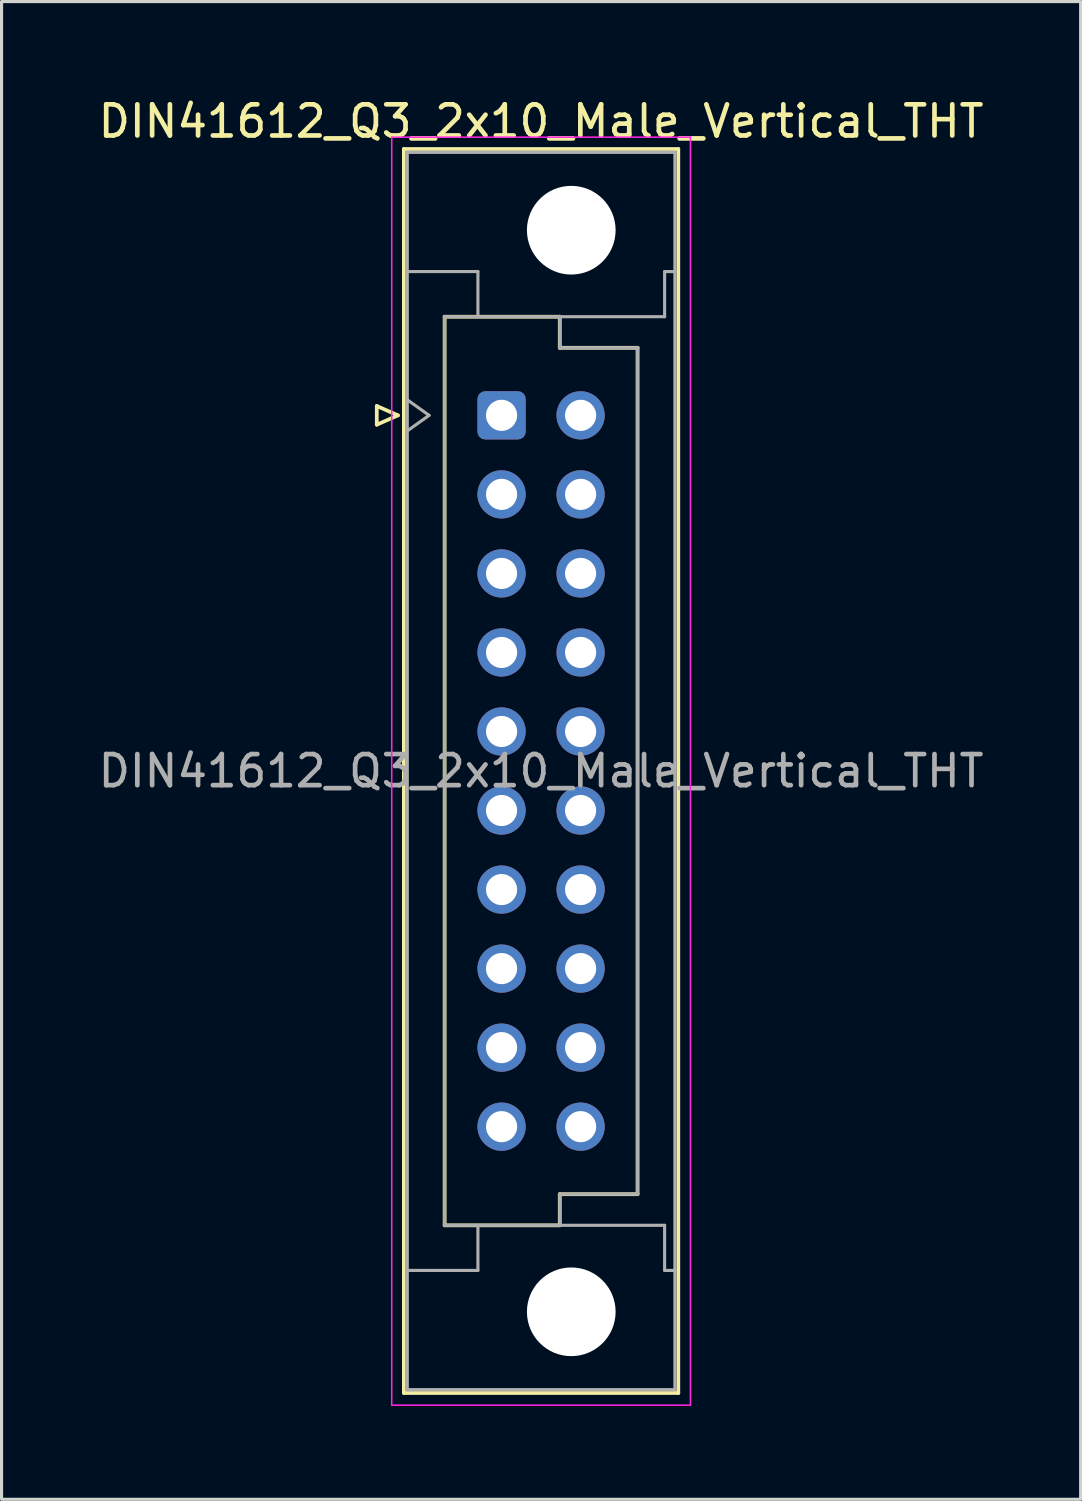
<source format=kicad_pcb>
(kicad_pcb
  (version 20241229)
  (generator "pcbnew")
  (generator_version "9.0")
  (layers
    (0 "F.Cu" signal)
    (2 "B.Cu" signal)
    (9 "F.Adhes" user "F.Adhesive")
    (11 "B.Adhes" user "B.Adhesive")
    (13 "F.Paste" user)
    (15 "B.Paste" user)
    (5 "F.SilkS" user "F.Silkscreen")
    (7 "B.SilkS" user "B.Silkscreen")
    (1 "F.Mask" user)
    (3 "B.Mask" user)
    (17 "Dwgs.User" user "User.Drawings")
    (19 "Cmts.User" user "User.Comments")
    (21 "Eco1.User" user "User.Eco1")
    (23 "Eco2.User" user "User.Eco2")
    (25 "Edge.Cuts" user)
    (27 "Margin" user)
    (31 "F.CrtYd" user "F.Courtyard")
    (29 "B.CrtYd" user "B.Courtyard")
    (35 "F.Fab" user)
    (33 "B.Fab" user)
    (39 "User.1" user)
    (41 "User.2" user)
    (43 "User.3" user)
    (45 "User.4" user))
  (footprint "DIN41612_Q3_2x10_Male_Vertical_THT"
    (layer "F.Cu")
    (at 13.069 10.298)
    (property "Reference" "DIN41612_Q3_2x10_Male_Vertical_THT" (at 1.27 -9.45 0) (layer "F.SilkS") (effects (font (size 1 1) (thickness 0.15))))
    (attr through_hole)
    (fp_line (start -4.01 -0.3) (end -4.01 0.3) (stroke (width 0.12) (type solid)) (layer "F.SilkS"))
    (fp_line (start -4.01 0.3) (end -3.33 0) (stroke (width 0.12) (type solid)) (layer "F.SilkS"))
    (fp_line (start -3.33 0) (end -4.01 -0.3) (stroke (width 0.12) (type solid)) (layer "F.SilkS"))
    (fp_line (start -3.14 -8.56) (end 5.68 -8.56) (stroke (width 0.12) (type solid)) (layer "F.SilkS"))
    (fp_line (start -3.14 31.42) (end -3.14 -8.56) (stroke (width 0.12) (type solid)) (layer "F.SilkS"))
    (fp_line (start -1.83 -3.17) (end 1.87 -3.17) (stroke (width 0.12) (type solid)) (layer "F.SilkS"))
    (fp_line (start -1.83 26.03) (end -1.83 -3.17) (stroke (width 0.12) (type solid)) (layer "F.SilkS"))
    (fp_line (start 1.87 -3.17) (end 1.87 -2.17) (stroke (width 0.12) (type solid)) (layer "F.SilkS"))
    (fp_line (start 1.87 -2.17) (end 4.37 -2.17) (stroke (width 0.12) (type solid)) (layer "F.SilkS"))
    (fp_line (start 1.87 25.03) (end 1.87 26.03) (stroke (width 0.12) (type solid)) (layer "F.SilkS"))
    (fp_line (start 1.87 26.03) (end -1.83 26.03) (stroke (width 0.12) (type solid)) (layer "F.SilkS"))
    (fp_line (start 4.37 -2.17) (end 4.37 25.03) (stroke (width 0.12) (type solid)) (layer "F.SilkS"))
    (fp_line (start 4.37 25.03) (end 1.87 25.03) (stroke (width 0.12) (type solid)) (layer "F.SilkS"))
    (fp_line (start 5.68 -8.56) (end 5.68 31.42) (stroke (width 0.12) (type solid)) (layer "F.SilkS"))
    (fp_line (start 5.68 31.42) (end -3.14 31.42) (stroke (width 0.12) (type solid)) (layer "F.SilkS"))
    (fp_line (start -3.53 -8.94) (end 6.07 -8.94) (stroke (width 0.05) (type solid)) (layer "F.CrtYd"))
    (fp_line (start -3.53 31.81) (end -3.53 -8.94) (stroke (width 0.05) (type solid)) (layer "F.CrtYd"))
    (fp_line (start 6.07 -8.94) (end 6.07 31.81) (stroke (width 0.05) (type solid)) (layer "F.CrtYd"))
    (fp_line (start 6.07 31.81) (end -3.53 31.81) (stroke (width 0.05) (type solid)) (layer "F.CrtYd"))
    (fp_line (start -3.03 -8.45) (end 5.57 -8.45) (stroke (width 0.1) (type solid)) (layer "F.Fab"))
    (fp_line (start -3.03 -4.62) (end -0.76 -4.62) (stroke (width 0.1) (type solid)) (layer "F.Fab"))
    (fp_line (start -3.03 -0.5) (end -2.33 0) (stroke (width 0.1) (type solid)) (layer "F.Fab"))
    (fp_line (start -3.03 27.48) (end -0.76 27.48) (stroke (width 0.1) (type solid)) (layer "F.Fab"))
    (fp_line (start -3.03 31.31) (end -3.03 -8.45) (stroke (width 0.1) (type solid)) (layer "F.Fab"))
    (fp_line (start -2.33 0) (end -3.03 0.5) (stroke (width 0.1) (type solid)) (layer "F.Fab"))
    (fp_line (start -1.83 -3.17) (end 1.87 -3.17) (stroke (width 0.1) (type solid)) (layer "F.Fab"))
    (fp_line (start -1.83 26.03) (end -1.83 -3.17) (stroke (width 0.1) (type solid)) (layer "F.Fab"))
    (fp_line (start -0.76 -4.62) (end -0.76 -3.17) (stroke (width 0.1) (type solid)) (layer "F.Fab"))
    (fp_line (start -0.76 27.48) (end -0.76 26.03) (stroke (width 0.1) (type solid)) (layer "F.Fab"))
    (fp_line (start 1.87 -3.17) (end 1.87 -2.17) (stroke (width 0.1) (type solid)) (layer "F.Fab"))
    (fp_line (start 1.87 -3.17) (end 5.24 -3.17) (stroke (width 0.1) (type solid)) (layer "F.Fab"))
    (fp_line (start 1.87 -2.17) (end 4.37 -2.17) (stroke (width 0.1) (type solid)) (layer "F.Fab"))
    (fp_line (start 1.87 25.03) (end 1.87 26.03) (stroke (width 0.1) (type solid)) (layer "F.Fab"))
    (fp_line (start 1.87 26.03) (end -1.83 26.03) (stroke (width 0.1) (type solid)) (layer "F.Fab"))
    (fp_line (start 1.87 26.03) (end 5.24 26.03) (stroke (width 0.1) (type solid)) (layer "F.Fab"))
    (fp_line (start 4.37 -2.17) (end 4.37 25.03) (stroke (width 0.1) (type solid)) (layer "F.Fab"))
    (fp_line (start 4.37 25.03) (end 1.87 25.03) (stroke (width 0.1) (type solid)) (layer "F.Fab"))
    (fp_line (start 5.24 -4.62) (end 5.57 -4.62) (stroke (width 0.1) (type solid)) (layer "F.Fab"))
    (fp_line (start 5.24 -3.17) (end 5.24 -4.62) (stroke (width 0.1) (type solid)) (layer "F.Fab"))
    (fp_line (start 5.24 26.03) (end 5.24 27.48) (stroke (width 0.1) (type solid)) (layer "F.Fab"))
    (fp_line (start 5.24 27.48) (end 5.57 27.48) (stroke (width 0.1) (type solid)) (layer "F.Fab"))
    (fp_line (start 5.57 -8.45) (end 5.57 31.31) (stroke (width 0.1) (type solid)) (layer "F.Fab"))
    (fp_line (start 5.57 31.31) (end -3.03 31.31) (stroke (width 0.1) (type solid)) (layer "F.Fab"))
    (fp_text user "${REFERENCE}" (at 1.27 11.43 0) (layer "F.Fab") (effects (font (size 1 1) (thickness 0.15))))
    (pad "" np_thru_hole circle (at 2.24 -5.95) (size 2.85 2.85) (drill 2.85) (layers "*.Cu" "*.Mask"))
    (pad "" np_thru_hole circle (at 2.24 28.81) (size 2.85 2.85) (drill 2.85) (layers "*.Cu" "*.Mask"))
    (pad "a1" thru_hole roundrect (at 0 0) (size 1.55 1.55) (drill 1) (layers "*.Cu" "*.Mask") (roundrect_rratio 0.161))
    (pad "a2" thru_hole circle (at 0 2.54) (size 1.55 1.55) (drill 1) (layers "*.Cu" "*.Mask"))
    (pad "a3" thru_hole circle (at 0 5.08) (size 1.55 1.55) (drill 1) (layers "*.Cu" "*.Mask"))
    (pad "a4" thru_hole circle (at 0 7.62) (size 1.55 1.55) (drill 1) (layers "*.Cu" "*.Mask"))
    (pad "a5" thru_hole circle (at 0 10.16) (size 1.55 1.55) (drill 1) (layers "*.Cu" "*.Mask"))
    (pad "a6" thru_hole circle (at 0 12.7) (size 1.55 1.55) (drill 1) (layers "*.Cu" "*.Mask"))
    (pad "a7" thru_hole circle (at 0 15.24) (size 1.55 1.55) (drill 1) (layers "*.Cu" "*.Mask"))
    (pad "a8" thru_hole circle (at 0 17.78) (size 1.55 1.55) (drill 1) (layers "*.Cu" "*.Mask"))
    (pad "a9" thru_hole circle (at 0 20.32) (size 1.55 1.55) (drill 1) (layers "*.Cu" "*.Mask"))
    (pad "a10" thru_hole circle (at 0 22.86) (size 1.55 1.55) (drill 1) (layers "*.Cu" "*.Mask"))
    (pad "b1" thru_hole circle (at 2.54 0) (size 1.55 1.55) (drill 1) (layers "*.Cu" "*.Mask"))
    (pad "b2" thru_hole circle (at 2.54 2.54) (size 1.55 1.55) (drill 1) (layers "*.Cu" "*.Mask"))
    (pad "b3" thru_hole circle (at 2.54 5.08) (size 1.55 1.55) (drill 1) (layers "*.Cu" "*.Mask"))
    (pad "b4" thru_hole circle (at 2.54 7.62) (size 1.55 1.55) (drill 1) (layers "*.Cu" "*.Mask"))
    (pad "b5" thru_hole circle (at 2.54 10.16) (size 1.55 1.55) (drill 1) (layers "*.Cu" "*.Mask"))
    (pad "b6" thru_hole circle (at 2.54 12.7) (size 1.55 1.55) (drill 1) (layers "*.Cu" "*.Mask"))
    (pad "b7" thru_hole circle (at 2.54 15.24) (size 1.55 1.55) (drill 1) (layers "*.Cu" "*.Mask"))
    (pad "b8" thru_hole circle (at 2.54 17.78) (size 1.55 1.55) (drill 1) (layers "*.Cu" "*.Mask"))
    (pad "b9" thru_hole circle (at 2.54 20.32) (size 1.55 1.55) (drill 1) (layers "*.Cu" "*.Mask"))
    (pad "b10" thru_hole circle (at 2.54 22.86) (size 1.55 1.55) (drill 1) (layers "*.Cu" "*.Mask")))
  (gr_rect
    (start -3 -3)
    (end 31.679 45.133)
    (stroke (width 0.1) (type default))
    (fill no)
    (layer "Edge.Cuts")))
</source>
